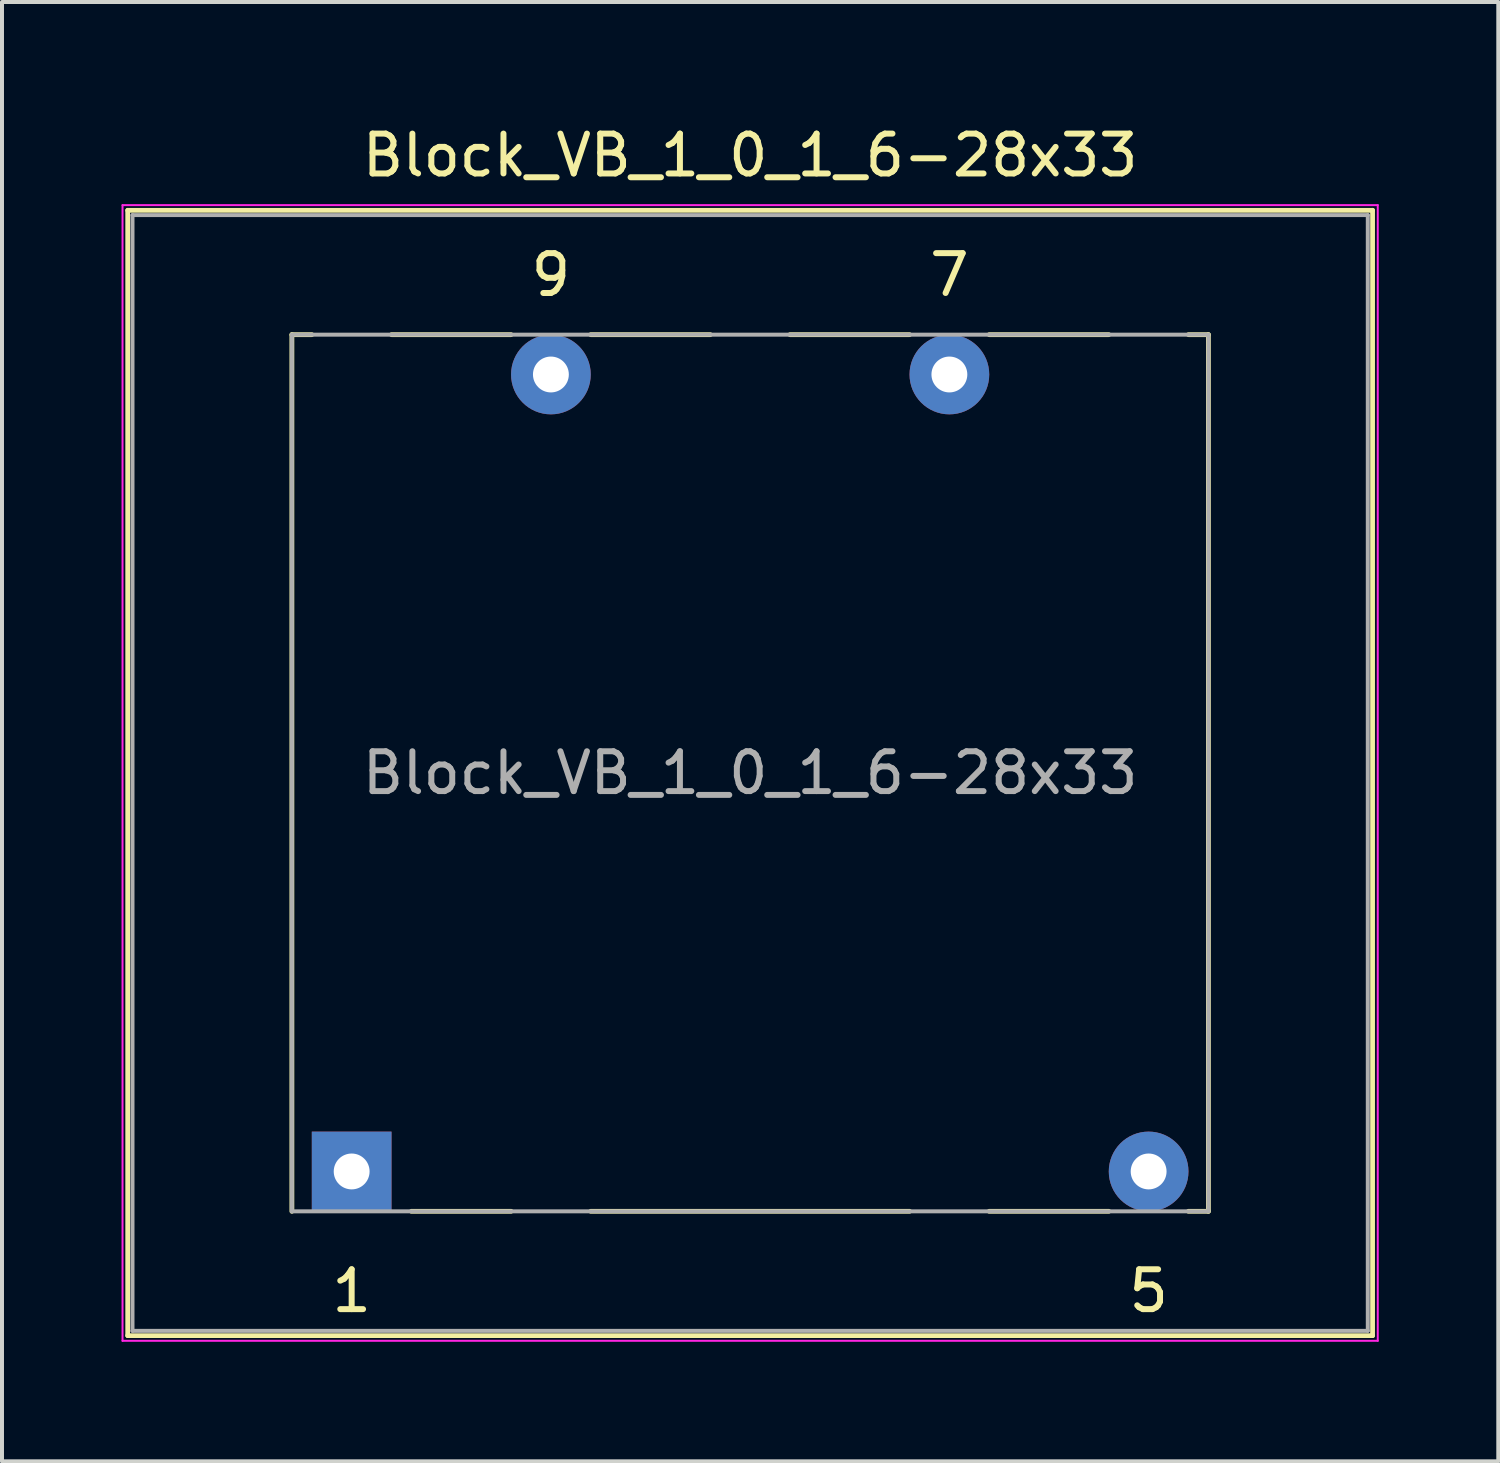
<source format=kicad_pcb>
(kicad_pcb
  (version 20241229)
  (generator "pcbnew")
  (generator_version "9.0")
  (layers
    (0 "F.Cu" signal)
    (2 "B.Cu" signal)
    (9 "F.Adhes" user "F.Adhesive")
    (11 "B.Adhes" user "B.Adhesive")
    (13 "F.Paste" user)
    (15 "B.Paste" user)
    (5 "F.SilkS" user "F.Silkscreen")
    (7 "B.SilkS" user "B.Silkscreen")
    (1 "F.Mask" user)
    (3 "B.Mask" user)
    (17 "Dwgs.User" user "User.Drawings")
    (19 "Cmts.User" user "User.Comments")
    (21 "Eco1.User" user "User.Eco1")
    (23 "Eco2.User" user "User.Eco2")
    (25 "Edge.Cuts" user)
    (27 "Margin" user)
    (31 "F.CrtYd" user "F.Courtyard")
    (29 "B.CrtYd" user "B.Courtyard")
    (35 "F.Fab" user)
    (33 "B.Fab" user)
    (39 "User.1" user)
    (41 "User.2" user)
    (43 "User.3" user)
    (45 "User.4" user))
  (footprint "Block_VB_1_0_1_6-28x33"
    (layer "F.Cu")
    (at 5.775 26.348)
    (property "Reference" "Block_VB_1_0_1_6-28x33" (at 10 -25.5 0) (layer "F.SilkS") (effects (font (size 1 1) (thickness 0.15))))
    (attr through_hole)
    (fp_line (start -5.62 -24.12) (end -5.62 4.12) (stroke (width 0.12) (type solid)) (layer "F.SilkS"))
    (fp_line (start -5.62 -24.12) (end 25.62 -24.12) (stroke (width 0.12) (type solid)) (layer "F.SilkS"))
    (fp_line (start -1.5 -21) (end -1.5 1) (stroke (width 0.12) (type solid)) (layer "F.SilkS"))
    (fp_line (start -1 -21) (end -1.5 -21) (stroke (width 0.12) (type solid)) (layer "F.SilkS"))
    (fp_line (start 1.5 1) (end 4 1) (stroke (width 0.12) (type solid)) (layer "F.SilkS"))
    (fp_line (start 4 -21) (end 1 -21) (stroke (width 0.12) (type solid)) (layer "F.SilkS"))
    (fp_line (start 6 1) (end 14 1) (stroke (width 0.12) (type solid)) (layer "F.SilkS"))
    (fp_line (start 9 -21) (end 6 -21) (stroke (width 0.12) (type solid)) (layer "F.SilkS"))
    (fp_line (start 14 -21) (end 11 -21) (stroke (width 0.12) (type solid)) (layer "F.SilkS"))
    (fp_line (start 16 1) (end 19 1) (stroke (width 0.12) (type solid)) (layer "F.SilkS"))
    (fp_line (start 19 -21) (end 16 -21) (stroke (width 0.12) (type solid)) (layer "F.SilkS"))
    (fp_line (start 21 1) (end 21.5 1) (stroke (width 0.12) (type solid)) (layer "F.SilkS"))
    (fp_line (start 21.5 -21) (end 21 -21) (stroke (width 0.12) (type solid)) (layer "F.SilkS"))
    (fp_line (start 21.5 1) (end 21.5 -21) (stroke (width 0.12) (type solid)) (layer "F.SilkS"))
    (fp_line (start 25.62 4.12) (end -5.62 4.12) (stroke (width 0.12) (type solid)) (layer "F.SilkS"))
    (fp_line (start 25.62 4.12) (end 25.62 -24.12) (stroke (width 0.12) (type solid)) (layer "F.SilkS"))
    (fp_line (start -5.75 -24.25) (end -5.75 4.25) (stroke (width 0.05) (type solid)) (layer "F.CrtYd"))
    (fp_line (start -5.75 -24.25) (end 25.75 -24.25) (stroke (width 0.05) (type solid)) (layer "F.CrtYd"))
    (fp_line (start 25.75 4.25) (end -5.75 4.25) (stroke (width 0.05) (type solid)) (layer "F.CrtYd"))
    (fp_line (start 25.75 4.25) (end 25.75 -24.25) (stroke (width 0.05) (type solid)) (layer "F.CrtYd"))
    (fp_line (start -5.5 -24) (end 25.5 -24) (stroke (width 0.1) (type solid)) (layer "F.Fab"))
    (fp_line (start -5.5 4) (end -5.5 -24) (stroke (width 0.1) (type solid)) (layer "F.Fab"))
    (fp_line (start -1.5 -21) (end -1.5 1) (stroke (width 0.1) (type solid)) (layer "F.Fab"))
    (fp_line (start -1.5 1) (end 21.5 1) (stroke (width 0.1) (type solid)) (layer "F.Fab"))
    (fp_line (start 21.5 -21) (end -1.5 -21) (stroke (width 0.1) (type solid)) (layer "F.Fab"))
    (fp_line (start 21.5 1) (end 21.5 -21) (stroke (width 0.1) (type solid)) (layer "F.Fab"))
    (fp_line (start 25.5 -24) (end 25.5 4) (stroke (width 0.1) (type solid)) (layer "F.Fab"))
    (fp_line (start 25.5 4) (end -5.5 4) (stroke (width 0.1) (type solid)) (layer "F.Fab"))
    (fp_text user "5" (at 20 3 0) (layer "F.SilkS") (effects (font (size 1 1) (thickness 0.15))))
    (fp_text user "1" (at 0 3 0) (layer "F.SilkS") (effects (font (size 1 1) (thickness 0.15))))
    (fp_text user "9" (at 5 -22.5 0) (layer "F.SilkS") (effects (font (size 1 1) (thickness 0.15))))
    (fp_text user "7" (at 15 -22.5 0) (layer "F.SilkS") (effects (font (size 1 1) (thickness 0.15))))
    (fp_text user "${REFERENCE}" (at 10 -10 0) (layer "F.Fab") (effects (font (size 1 1) (thickness 0.15))))
    (pad "1" thru_hole rect (at 0 0) (size 2 2) (drill 0.9) (layers "*.Cu" "*.Mask"))
    (pad "5" thru_hole circle (at 20 0) (size 2 2) (drill 0.9) (layers "*.Cu" "*.Mask"))
    (pad "7" thru_hole circle (at 15 -20) (size 2 2) (drill 0.9) (layers "*.Cu" "*.Mask"))
    (pad "9" thru_hole circle (at 5 -20) (size 2 2) (drill 0.9) (layers "*.Cu" "*.Mask")))
  (gr_rect
    (start -3 -3)
    (end 34.55 33.623)
    (stroke (width 0.1) (type default))
    (fill no)
    (layer "Edge.Cuts")))
</source>
